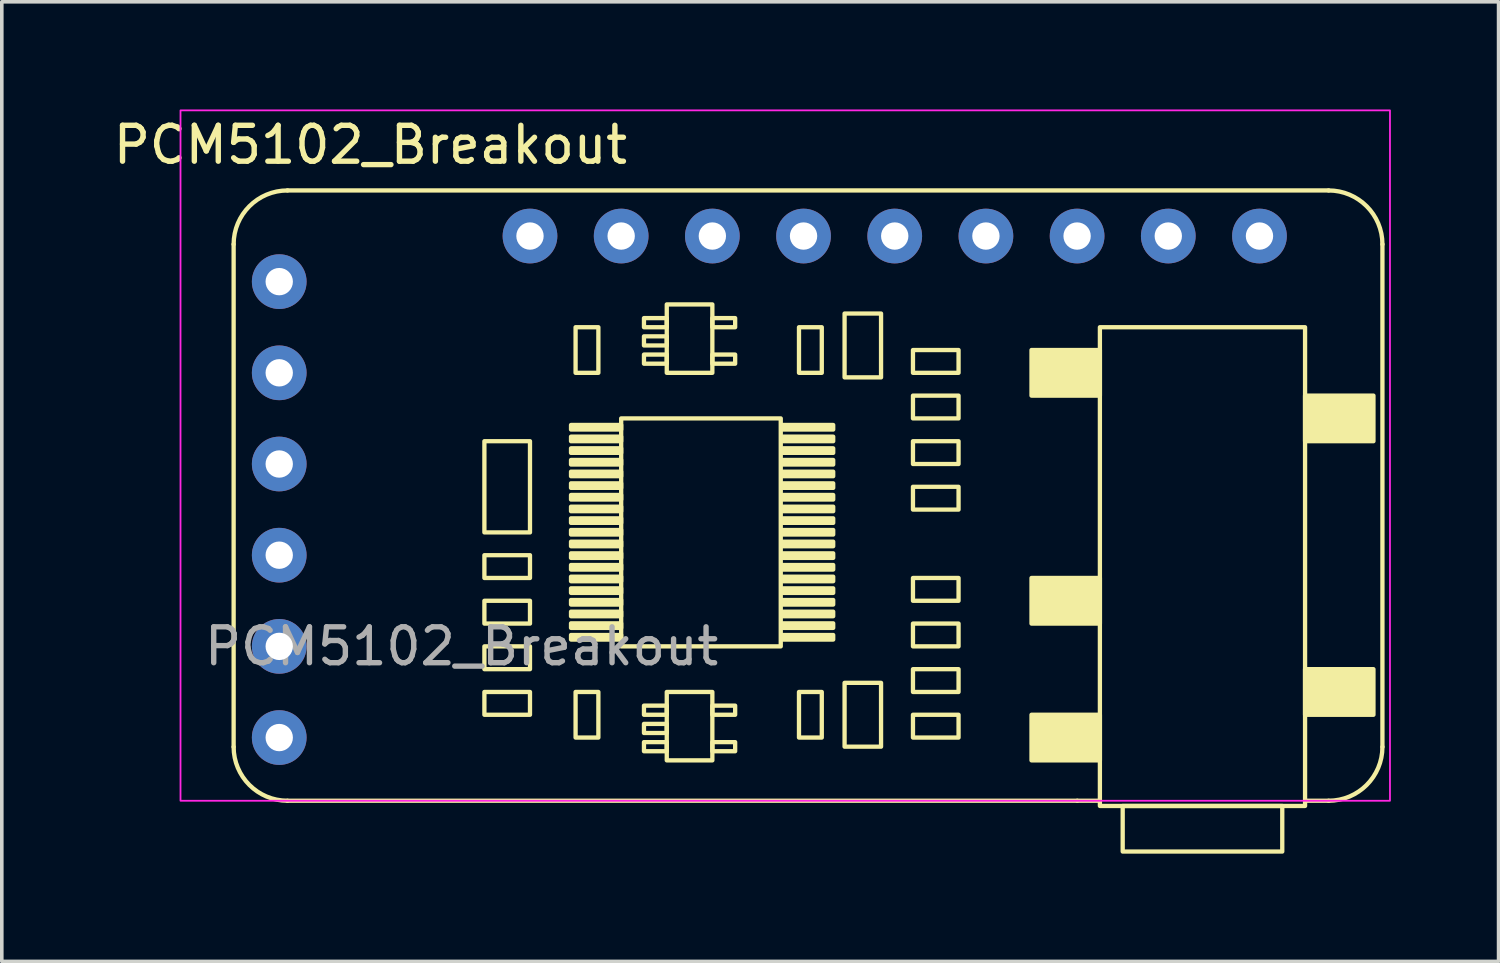
<source format=kicad_pcb>
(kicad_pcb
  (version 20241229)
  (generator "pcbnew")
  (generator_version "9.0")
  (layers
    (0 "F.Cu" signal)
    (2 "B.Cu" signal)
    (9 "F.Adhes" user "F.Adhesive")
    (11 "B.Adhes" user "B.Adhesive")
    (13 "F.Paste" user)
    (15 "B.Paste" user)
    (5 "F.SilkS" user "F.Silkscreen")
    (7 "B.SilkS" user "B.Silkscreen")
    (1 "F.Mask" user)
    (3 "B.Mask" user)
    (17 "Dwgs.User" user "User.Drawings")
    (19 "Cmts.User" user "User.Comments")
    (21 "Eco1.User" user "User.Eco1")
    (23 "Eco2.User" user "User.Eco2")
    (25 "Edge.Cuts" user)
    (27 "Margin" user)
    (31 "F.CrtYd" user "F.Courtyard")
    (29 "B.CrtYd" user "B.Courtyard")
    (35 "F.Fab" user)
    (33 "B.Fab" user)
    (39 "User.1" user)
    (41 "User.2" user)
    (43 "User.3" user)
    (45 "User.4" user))
  (footprint "PCM5102_Breakout"
    (layer "F.Cu")
    (at 3.458 2.255)
    (property "Reference" "PCM5102_Breakout" (at 3.81 -1.27 0) (unlocked yes) (layer "F.SilkS") (effects (font (size 1 1) (thickness 0.15))))
    (attr through_hole exclude_from_pos_files)
    (fp_line (start 0 1.5) (end -0.000001 15.5) (stroke (width 0.12) (type solid)) (layer "F.SilkS"))
    (fp_line (start 1.5 17) (end 23.5 17) (stroke (width 0.12) (type solid)) (layer "F.SilkS"))
    (fp_line (start 23.5 17) (end 24.1 17) (stroke (width 0.12) (type solid)) (layer "F.SilkS"))
    (fp_line (start 30.5 -0.000001) (end 1.5 0) (stroke (width 0.12) (type solid)) (layer "F.SilkS"))
    (fp_line (start 30.5 17) (end 29.9 17) (stroke (width 0.12) (type solid)) (layer "F.SilkS"))
    (fp_line (start 32 1.5) (end 32 15.5) (stroke (width 0.12) (type solid)) (layer "F.SilkS"))
    (fp_rect (start 8.255 9.525) (end 6.985 6.985) (stroke (width 0.12) (type solid)) (fill no) (layer "F.SilkS"))
    (fp_rect (start 8.255 10.795) (end 6.985 10.16) (stroke (width 0.12) (type solid)) (fill no) (layer "F.SilkS"))
    (fp_rect (start 8.255 12.065) (end 6.985 11.43) (stroke (width 0.12) (type solid)) (fill no) (layer "F.SilkS"))
    (fp_rect (start 8.255 13.335) (end 6.985 12.7) (stroke (width 0.12) (type solid)) (fill no) (layer "F.SilkS"))
    (fp_rect (start 8.255 14.605) (end 6.985 13.97) (stroke (width 0.12) (type solid)) (fill no) (layer "F.SilkS"))
    (fp_rect (start 9.525 13.97) (end 10.16 15.24) (stroke (width 0.12) (type solid)) (fill no) (layer "F.SilkS"))
    (fp_rect (start 10.16 3.81) (end 9.525 5.08) (stroke (width 0.12) (type solid)) (fill no) (layer "F.SilkS"))
    (fp_rect (start 10.795 6.35) (end 15.24 12.7) (stroke (width 0.12) (type solid)) (fill no) (layer "F.SilkS"))
    (fp_rect (start 10.795 6.533) (end 9.398 6.66) (stroke (width 0.12) (type solid)) (fill yes) (layer "F.SilkS"))
    (fp_rect (start 10.795 6.858) (end 9.398 6.985) (stroke (width 0.12) (type solid)) (fill yes) (layer "F.SilkS"))
    (fp_rect (start 10.795 7.183) (end 9.398 7.31) (stroke (width 0.12) (type solid)) (fill yes) (layer "F.SilkS"))
    (fp_rect (start 10.795 7.508) (end 9.398 7.635) (stroke (width 0.12) (type solid)) (fill yes) (layer "F.SilkS"))
    (fp_rect (start 10.795 7.833) (end 9.398 7.96) (stroke (width 0.12) (type solid)) (fill yes) (layer "F.SilkS"))
    (fp_rect (start 10.795 8.158) (end 9.398 8.285) (stroke (width 0.12) (type solid)) (fill yes) (layer "F.SilkS"))
    (fp_rect (start 10.795 8.483) (end 9.398 8.61) (stroke (width 0.12) (type solid)) (fill yes) (layer "F.SilkS"))
    (fp_rect (start 10.795 8.808) (end 9.398 8.935) (stroke (width 0.12) (type solid)) (fill yes) (layer "F.SilkS"))
    (fp_rect (start 10.795 9.133) (end 9.398 9.26) (stroke (width 0.12) (type solid)) (fill yes) (layer "F.SilkS"))
    (fp_rect (start 10.795 9.458) (end 9.398 9.585) (stroke (width 0.12) (type solid)) (fill yes) (layer "F.SilkS"))
    (fp_rect (start 10.795 9.783) (end 9.398 9.91) (stroke (width 0.12) (type solid)) (fill yes) (layer "F.SilkS"))
    (fp_rect (start 10.795 10.108) (end 9.398 10.235) (stroke (width 0.12) (type solid)) (fill yes) (layer "F.SilkS"))
    (fp_rect (start 10.795 10.433) (end 9.398 10.56) (stroke (width 0.12) (type solid)) (fill yes) (layer "F.SilkS"))
    (fp_rect (start 10.795 10.758) (end 9.398 10.885) (stroke (width 0.12) (type solid)) (fill yes) (layer "F.SilkS"))
    (fp_rect (start 10.795 11.083) (end 9.398 11.21) (stroke (width 0.12) (type solid)) (fill yes) (layer "F.SilkS"))
    (fp_rect (start 10.795 11.408) (end 9.398 11.535) (stroke (width 0.12) (type solid)) (fill yes) (layer "F.SilkS"))
    (fp_rect (start 10.795 11.733) (end 9.398 11.86) (stroke (width 0.12) (type solid)) (fill yes) (layer "F.SilkS"))
    (fp_rect (start 10.795 12.058) (end 9.398 12.185) (stroke (width 0.12) (type solid)) (fill yes) (layer "F.SilkS"))
    (fp_rect (start 10.795 12.383) (end 9.398 12.51) (stroke (width 0.12) (type solid)) (fill yes) (layer "F.SilkS"))
    (fp_rect (start 11.43 3.556) (end 12.065 3.81) (stroke (width 0.12) (type solid)) (fill no) (layer "F.SilkS"))
    (fp_rect (start 11.43 4.064) (end 12.065 4.318) (stroke (width 0.12) (type solid)) (fill no) (layer "F.SilkS"))
    (fp_rect (start 11.43 4.572) (end 12.065 4.826) (stroke (width 0.12) (type solid)) (fill no) (layer "F.SilkS"))
    (fp_rect (start 11.43 14.351) (end 12.065 14.605) (stroke (width 0.12) (type solid)) (fill no) (layer "F.SilkS"))
    (fp_rect (start 11.43 14.859) (end 12.065 15.113) (stroke (width 0.12) (type solid)) (fill no) (layer "F.SilkS"))
    (fp_rect (start 11.43 15.367) (end 12.065 15.621) (stroke (width 0.12) (type solid)) (fill no) (layer "F.SilkS"))
    (fp_rect (start 12.065 5.08) (end 13.335 3.175) (stroke (width 0.12) (type solid)) (fill no) (layer "F.SilkS"))
    (fp_rect (start 12.065 13.97) (end 13.335 15.875) (stroke (width 0.12) (type solid)) (fill no) (layer "F.SilkS"))
    (fp_rect (start 13.335 3.556) (end 13.97 3.81) (stroke (width 0.12) (type solid)) (fill no) (layer "F.SilkS"))
    (fp_rect (start 13.335 4.572) (end 13.97 4.826) (stroke (width 0.12) (type solid)) (fill no) (layer "F.SilkS"))
    (fp_rect (start 13.335 14.351) (end 13.97 14.605) (stroke (width 0.12) (type solid)) (fill no) (layer "F.SilkS"))
    (fp_rect (start 13.335 15.367) (end 13.97 15.621) (stroke (width 0.12) (type solid)) (fill no) (layer "F.SilkS"))
    (fp_rect (start 15.748 3.81) (end 16.383 5.08) (stroke (width 0.12) (type solid)) (fill no) (layer "F.SilkS"))
    (fp_rect (start 15.748 13.97) (end 16.383 15.24) (stroke (width 0.12) (type solid)) (fill no) (layer "F.SilkS"))
    (fp_rect (start 16.701 6.533) (end 15.303 6.66) (stroke (width 0.12) (type solid)) (fill yes) (layer "F.SilkS"))
    (fp_rect (start 16.701 6.858) (end 15.303 6.985) (stroke (width 0.12) (type solid)) (fill yes) (layer "F.SilkS"))
    (fp_rect (start 16.701 7.183) (end 15.303 7.31) (stroke (width 0.12) (type solid)) (fill yes) (layer "F.SilkS"))
    (fp_rect (start 16.701 7.508) (end 15.303 7.635) (stroke (width 0.12) (type solid)) (fill yes) (layer "F.SilkS"))
    (fp_rect (start 16.701 7.833) (end 15.303 7.96) (stroke (width 0.12) (type solid)) (fill yes) (layer "F.SilkS"))
    (fp_rect (start 16.701 8.158) (end 15.303 8.285) (stroke (width 0.12) (type solid)) (fill yes) (layer "F.SilkS"))
    (fp_rect (start 16.701 8.483) (end 15.303 8.61) (stroke (width 0.12) (type solid)) (fill yes) (layer "F.SilkS"))
    (fp_rect (start 16.701 8.808) (end 15.303 8.935) (stroke (width 0.12) (type solid)) (fill yes) (layer "F.SilkS"))
    (fp_rect (start 16.701 9.133) (end 15.303 9.26) (stroke (width 0.12) (type solid)) (fill yes) (layer "F.SilkS"))
    (fp_rect (start 16.701 9.458) (end 15.303 9.585) (stroke (width 0.12) (type solid)) (fill yes) (layer "F.SilkS"))
    (fp_rect (start 16.701 9.783) (end 15.303 9.91) (stroke (width 0.12) (type solid)) (fill yes) (layer "F.SilkS"))
    (fp_rect (start 16.701 10.108) (end 15.303 10.235) (stroke (width 0.12) (type solid)) (fill yes) (layer "F.SilkS"))
    (fp_rect (start 16.701 10.433) (end 15.303 10.56) (stroke (width 0.12) (type solid)) (fill yes) (layer "F.SilkS"))
    (fp_rect (start 16.701 10.758) (end 15.303 10.885) (stroke (width 0.12) (type solid)) (fill yes) (layer "F.SilkS"))
    (fp_rect (start 16.701 11.083) (end 15.303 11.21) (stroke (width 0.12) (type solid)) (fill yes) (layer "F.SilkS"))
    (fp_rect (start 16.701 11.408) (end 15.303 11.535) (stroke (width 0.12) (type solid)) (fill yes) (layer "F.SilkS"))
    (fp_rect (start 16.701 11.733) (end 15.303 11.86) (stroke (width 0.12) (type solid)) (fill yes) (layer "F.SilkS"))
    (fp_rect (start 16.701 12.058) (end 15.303 12.185) (stroke (width 0.12) (type solid)) (fill yes) (layer "F.SilkS"))
    (fp_rect (start 16.701 12.383) (end 15.303 12.51) (stroke (width 0.12) (type solid)) (fill yes) (layer "F.SilkS"))
    (fp_rect (start 17.018 3.429) (end 18.034 5.207) (stroke (width 0.12) (type solid)) (fill no) (layer "F.SilkS"))
    (fp_rect (start 17.018 13.716) (end 18.034 15.494) (stroke (width 0.12) (type solid)) (fill no) (layer "F.SilkS"))
    (fp_rect (start 18.923 4.445) (end 20.193 5.08) (stroke (width 0.12) (type solid)) (fill no) (layer "F.SilkS"))
    (fp_rect (start 18.923 6.35) (end 20.193 5.715) (stroke (width 0.12) (type solid)) (fill no) (layer "F.SilkS"))
    (fp_rect (start 18.923 8.255) (end 20.193 8.89) (stroke (width 0.12) (type solid)) (fill no) (layer "F.SilkS"))
    (fp_rect (start 18.923 10.795) (end 20.193 11.43) (stroke (width 0.12) (type solid)) (fill no) (layer "F.SilkS"))
    (fp_rect (start 18.923 12.065) (end 20.193 12.7) (stroke (width 0.12) (type solid)) (fill no) (layer "F.SilkS"))
    (fp_rect (start 18.923 13.335) (end 20.193 13.97) (stroke (width 0.12) (type solid)) (fill no) (layer "F.SilkS"))
    (fp_rect (start 18.923 14.605) (end 20.193 15.24) (stroke (width 0.12) (type solid)) (fill no) (layer "F.SilkS"))
    (fp_rect (start 20.193 7.62) (end 18.923 6.985) (stroke (width 0.12) (type solid)) (fill no) (layer "F.SilkS"))
    (fp_rect (start 24.13 3.81) (end 29.845 17.145) (stroke (width 0.12) (type solid)) (fill no) (layer "F.SilkS"))
    (fp_rect (start 24.13 4.445) (end 22.225 5.715) (stroke (width 0.12) (type solid)) (fill yes) (layer "F.SilkS"))
    (fp_rect (start 24.13 12.065) (end 22.225 10.795) (stroke (width 0.12) (type solid)) (fill yes) (layer "F.SilkS"))
    (fp_rect (start 24.13 15.875) (end 22.225 14.605) (stroke (width 0.12) (type solid)) (fill yes) (layer "F.SilkS"))
    (fp_rect (start 24.765 18.415) (end 29.21 17.145) (stroke (width 0.12) (type solid)) (fill no) (layer "F.SilkS"))
    (fp_rect (start 29.845 5.715) (end 31.75 6.985) (stroke (width 0.12) (type solid)) (fill yes) (layer "F.SilkS"))
    (fp_rect (start 29.845 13.335) (end 31.75 14.605) (stroke (width 0.12) (type solid)) (fill yes) (layer "F.SilkS"))
    (fp_arc (start 0 1.5) (mid 0.43934 0.43934) (end 1.5 0) (stroke (width 0.12) (type solid)) (layer "F.SilkS"))
    (fp_arc (start 1.499999 17.000001) (mid 0.439339 16.560661) (end -0.000001 15.500001) (stroke (width 0.12) (type solid)) (layer "F.SilkS"))
    (fp_arc (start 30.5 0) (mid 31.56066 0.43934) (end 32 1.5) (stroke (width 0.12) (type solid)) (layer "F.SilkS"))
    (fp_arc (start 32.000001 15.5) (mid 31.560661 16.56066) (end 30.500001 17) (stroke (width 0.12) (type solid)) (layer "F.SilkS"))
    (fp_rect (start -1.48 -2.23) (end 32.21 17) (stroke (width 0.05) (type solid)) (fill no) (layer "F.CrtYd"))
    (fp_text user "${REFERENCE}" (at 6.35 12.7 0) (unlocked yes) (layer "F.Fab") (effects (font (size 1 1) (thickness 0.15))))
    (pad "1" thru_hole circle (at 1.27 15.24) (size 1.524 1.524) (drill 0.762) (layers "*.Cu" "*.Mask"))
    (pad "2" thru_hole circle (at 1.27 12.7) (size 1.524 1.524) (drill 0.762) (layers "*.Cu" "*.Mask"))
    (pad "3" thru_hole circle (at 1.27 10.16) (size 1.524 1.524) (drill 0.762) (layers "*.Cu" "*.Mask"))
    (pad "4" thru_hole circle (at 1.27 7.62) (size 1.524 1.524) (drill 0.762) (layers "*.Cu" "*.Mask"))
    (pad "5" thru_hole circle (at 1.27 5.08) (size 1.524 1.524) (drill 0.762) (layers "*.Cu" "*.Mask"))
    (pad "6" thru_hole circle (at 1.27 2.54) (size 1.524 1.524) (drill 0.762) (layers "*.Cu" "*.Mask"))
    (pad "7" thru_hole circle (at 8.255 1.27) (size 1.524 1.524) (drill 0.762) (layers "*.Cu" "*.Mask"))
    (pad "8" thru_hole circle (at 10.795 1.27) (size 1.524 1.524) (drill 0.762) (layers "*.Cu" "*.Mask"))
    (pad "9" thru_hole circle (at 13.335 1.27) (size 1.524 1.524) (drill 0.762) (layers "*.Cu" "*.Mask"))
    (pad "10" thru_hole circle (at 15.875 1.27) (size 1.524 1.524) (drill 0.762) (layers "*.Cu" "*.Mask"))
    (pad "11" thru_hole circle (at 18.415 1.27) (size 1.524 1.524) (drill 0.762) (layers "*.Cu" "*.Mask"))
    (pad "12" thru_hole circle (at 20.955 1.27) (size 1.524 1.524) (drill 0.762) (layers "*.Cu" "*.Mask"))
    (pad "13" thru_hole circle (at 23.495 1.27) (size 1.524 1.524) (drill 0.762) (layers "*.Cu" "*.Mask"))
    (pad "14" thru_hole circle (at 26.035 1.27) (size 1.524 1.524) (drill 0.762) (layers "*.Cu" "*.Mask"))
    (pad "15" thru_hole circle (at 28.575 1.27) (size 1.524 1.524) (drill 0.762) (layers "*.Cu" "*.Mask")))
  (gr_rect
    (start -3 -3)
    (end 38.693 23.73)
    (stroke (width 0.1) (type default))
    (fill no)
    (layer "Edge.Cuts")))
</source>
